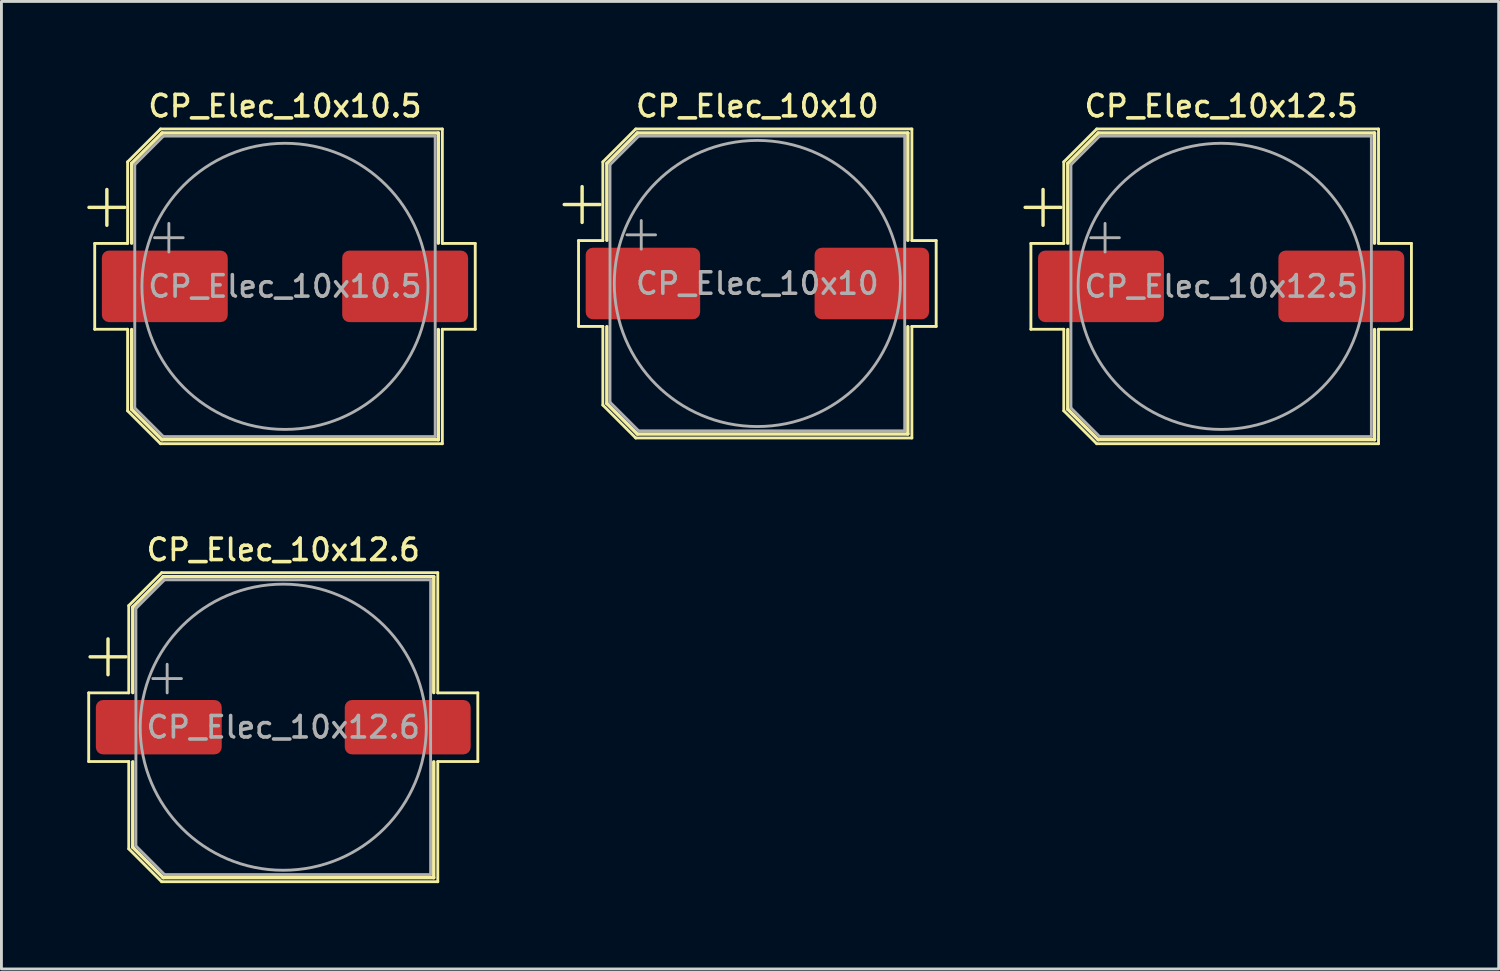
<source format=kicad_pcb>
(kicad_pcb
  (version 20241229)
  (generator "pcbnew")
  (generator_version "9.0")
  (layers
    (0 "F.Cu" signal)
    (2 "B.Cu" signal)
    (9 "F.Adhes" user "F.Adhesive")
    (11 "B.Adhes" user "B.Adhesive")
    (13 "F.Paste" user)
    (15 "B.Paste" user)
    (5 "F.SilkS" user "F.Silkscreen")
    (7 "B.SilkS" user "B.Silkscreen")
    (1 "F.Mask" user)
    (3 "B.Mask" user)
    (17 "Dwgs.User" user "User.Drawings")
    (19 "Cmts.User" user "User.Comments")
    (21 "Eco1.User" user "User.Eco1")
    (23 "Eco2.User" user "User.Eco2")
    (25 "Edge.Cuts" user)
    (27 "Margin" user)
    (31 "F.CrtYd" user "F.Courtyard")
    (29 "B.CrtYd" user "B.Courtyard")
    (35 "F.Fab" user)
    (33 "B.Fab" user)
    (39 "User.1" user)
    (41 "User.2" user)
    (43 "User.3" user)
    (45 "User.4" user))
  (footprint "CP_Elec_10x10"
    (layer "F.Cu")
    (at 23.42 6.858)
    (property "Reference" "CP_Elec_10x10" (at 0 -6.2 0) (layer "F.SilkS") (effects (font (size 0.75 0.75) (thickness 0.125))))
    (attr smd)
    (fp_line (start -6.75 -2.76) (end -5.5 -2.76) (stroke (width 0.12) (type solid)) (layer "F.SilkS"))
    (fp_line (start -6.25 -1.5) (end -6.25 1.5) (stroke (width 0.1) (type solid)) (layer "F.SilkS"))
    (fp_line (start -6.25 1.5) (end -5.4 1.5) (stroke (width 0.1) (type solid)) (layer "F.SilkS"))
    (fp_line (start -6.125 -3.385) (end -6.125 -2.135) (stroke (width 0.12) (type solid)) (layer "F.SilkS"))
    (fp_line (start -5.4 -4.25) (end -5.4 -1.5) (stroke (width 0.1) (type solid)) (layer "F.SilkS"))
    (fp_line (start -5.4 -4.25) (end -4.25 -5.4) (stroke (width 0.1) (type solid)) (layer "F.SilkS"))
    (fp_line (start -5.4 -1.5) (end -6.25 -1.5) (stroke (width 0.1) (type solid)) (layer "F.SilkS"))
    (fp_line (start -5.4 1.5) (end -5.4 4.25) (stroke (width 0.1) (type solid)) (layer "F.SilkS"))
    (fp_line (start -5.4 4.25) (end -4.25 5.4) (stroke (width 0.1) (type solid)) (layer "F.SilkS"))
    (fp_line (start -5.26 -4.196) (end -5.26 -1.51) (stroke (width 0.12) (type solid)) (layer "F.SilkS"))
    (fp_line (start -5.26 -4.196) (end -4.196 -5.26) (stroke (width 0.12) (type solid)) (layer "F.SilkS"))
    (fp_line (start -5.26 4.196) (end -5.26 1.51) (stroke (width 0.12) (type solid)) (layer "F.SilkS"))
    (fp_line (start -5.26 4.196) (end -4.196 5.26) (stroke (width 0.12) (type solid)) (layer "F.SilkS"))
    (fp_line (start -4.25 -5.4) (end 5.4 -5.4) (stroke (width 0.1) (type solid)) (layer "F.SilkS"))
    (fp_line (start -4.25 5.4) (end 5.4 5.4) (stroke (width 0.1) (type solid)) (layer "F.SilkS"))
    (fp_line (start -4.196 -5.26) (end 5.26 -5.26) (stroke (width 0.12) (type solid)) (layer "F.SilkS"))
    (fp_line (start -4.196 5.26) (end 5.26 5.26) (stroke (width 0.12) (type solid)) (layer "F.SilkS"))
    (fp_line (start 5.26 -5.26) (end 5.26 -1.51) (stroke (width 0.12) (type solid)) (layer "F.SilkS"))
    (fp_line (start 5.26 5.26) (end 5.26 1.51) (stroke (width 0.12) (type solid)) (layer "F.SilkS"))
    (fp_line (start 5.4 -5.4) (end 5.4 -1.5) (stroke (width 0.1) (type solid)) (layer "F.SilkS"))
    (fp_line (start 5.4 -1.5) (end 6.25 -1.5) (stroke (width 0.1) (type solid)) (layer "F.SilkS"))
    (fp_line (start 5.4 1.5) (end 5.4 5.4) (stroke (width 0.1) (type solid)) (layer "F.SilkS"))
    (fp_line (start 6.25 -1.5) (end 6.25 1.5) (stroke (width 0.1) (type solid)) (layer "F.SilkS"))
    (fp_line (start 6.25 1.5) (end 5.4 1.5) (stroke (width 0.1) (type solid)) (layer "F.SilkS"))
    (fp_line (start -5.15 -4.15) (end -5.15 4.15) (stroke (width 0.1) (type solid)) (layer "F.Fab"))
    (fp_line (start -5.15 -4.15) (end -4.15 -5.15) (stroke (width 0.1) (type solid)) (layer "F.Fab"))
    (fp_line (start -5.15 4.15) (end -4.15 5.15) (stroke (width 0.1) (type solid)) (layer "F.Fab"))
    (fp_line (start -4.558 -1.7) (end -3.558 -1.7) (stroke (width 0.1) (type solid)) (layer "F.Fab"))
    (fp_line (start -4.15 -5.15) (end 5.15 -5.15) (stroke (width 0.1) (type solid)) (layer "F.Fab"))
    (fp_line (start -4.15 5.15) (end 5.15 5.15) (stroke (width 0.1) (type solid)) (layer "F.Fab"))
    (fp_line (start -4.058 -2.2) (end -4.058 -1.2) (stroke (width 0.1) (type solid)) (layer "F.Fab"))
    (fp_line (start 5.15 -5.15) (end 5.15 5.15) (stroke (width 0.1) (type solid)) (layer "F.Fab"))
    (fp_circle (center 0 0) (end 5 0) (stroke (width 0.1) (type solid)) (fill no) (layer "F.Fab"))
    (fp_text user "${REFERENCE}" (at 0 0 0) (layer "F.Fab") (effects (font (size 0.75 0.75) (thickness 0.125))))
    (pad "1" smd roundrect (at -4 0) (size 4 2.5) (layers "F.Cu" "F.Mask" "F.Paste") (roundrect_rratio 0.1))
    (pad "2" smd roundrect (at 4 0) (size 4 2.5) (layers "F.Cu" "F.Mask" "F.Paste") (roundrect_rratio 0.1)))
  (footprint "CP_Elec_10x12.6"
    (layer "F.Cu")
    (at 6.85 22.366)
    (property "Reference" "CP_Elec_10x12.6" (at 0 -6.2 0) (layer "F.SilkS") (effects (font (size 0.75 0.75) (thickness 0.125))))
    (attr smd)
    (fp_line (start -6.8 -1.2) (end -6.8 1.2) (stroke (width 0.1) (type solid)) (layer "F.SilkS"))
    (fp_line (start -6.8 1.2) (end -5.4 1.2) (stroke (width 0.1) (type solid)) (layer "F.SilkS"))
    (fp_line (start -6.75 -2.46) (end -5.5 -2.46) (stroke (width 0.12) (type solid)) (layer "F.SilkS"))
    (fp_line (start -6.125 -3.085) (end -6.125 -1.835) (stroke (width 0.12) (type solid)) (layer "F.SilkS"))
    (fp_line (start -5.4 -4.25) (end -5.4 -1.2) (stroke (width 0.1) (type solid)) (layer "F.SilkS"))
    (fp_line (start -5.4 -4.25) (end -4.25 -5.4) (stroke (width 0.1) (type solid)) (layer "F.SilkS"))
    (fp_line (start -5.4 -1.2) (end -6.8 -1.2) (stroke (width 0.1) (type solid)) (layer "F.SilkS"))
    (fp_line (start -5.4 1.2) (end -5.4 4.25) (stroke (width 0.1) (type solid)) (layer "F.SilkS"))
    (fp_line (start -5.4 4.25) (end -4.25 5.4) (stroke (width 0.1) (type solid)) (layer "F.SilkS"))
    (fp_line (start -5.26 -4.196) (end -5.26 -1.21) (stroke (width 0.12) (type solid)) (layer "F.SilkS"))
    (fp_line (start -5.26 -4.196) (end -4.196 -5.26) (stroke (width 0.12) (type solid)) (layer "F.SilkS"))
    (fp_line (start -5.26 4.196) (end -5.26 1.21) (stroke (width 0.12) (type solid)) (layer "F.SilkS"))
    (fp_line (start -5.26 4.196) (end -4.196 5.26) (stroke (width 0.12) (type solid)) (layer "F.SilkS"))
    (fp_line (start -4.25 -5.4) (end 5.4 -5.4) (stroke (width 0.1) (type solid)) (layer "F.SilkS"))
    (fp_line (start -4.25 5.4) (end 5.4 5.4) (stroke (width 0.1) (type solid)) (layer "F.SilkS"))
    (fp_line (start -4.196 -5.26) (end 5.26 -5.26) (stroke (width 0.12) (type solid)) (layer "F.SilkS"))
    (fp_line (start -4.196 5.26) (end 5.26 5.26) (stroke (width 0.12) (type solid)) (layer "F.SilkS"))
    (fp_line (start 5.26 -5.26) (end 5.26 -1.21) (stroke (width 0.12) (type solid)) (layer "F.SilkS"))
    (fp_line (start 5.26 5.26) (end 5.26 1.21) (stroke (width 0.12) (type solid)) (layer "F.SilkS"))
    (fp_line (start 5.4 -5.4) (end 5.4 -1.2) (stroke (width 0.1) (type solid)) (layer "F.SilkS"))
    (fp_line (start 5.4 -1.2) (end 6.8 -1.2) (stroke (width 0.1) (type solid)) (layer "F.SilkS"))
    (fp_line (start 5.4 1.2) (end 5.4 5.4) (stroke (width 0.1) (type solid)) (layer "F.SilkS"))
    (fp_line (start 6.8 -1.2) (end 6.8 1.2) (stroke (width 0.1) (type solid)) (layer "F.SilkS"))
    (fp_line (start 6.8 1.2) (end 5.4 1.2) (stroke (width 0.1) (type solid)) (layer "F.SilkS"))
    (fp_line (start -5.15 -4.15) (end -5.15 4.15) (stroke (width 0.1) (type solid)) (layer "F.Fab"))
    (fp_line (start -5.15 -4.15) (end -4.15 -5.15) (stroke (width 0.1) (type solid)) (layer "F.Fab"))
    (fp_line (start -5.15 4.15) (end -4.15 5.15) (stroke (width 0.1) (type solid)) (layer "F.Fab"))
    (fp_line (start -4.558 -1.7) (end -3.558 -1.7) (stroke (width 0.1) (type solid)) (layer "F.Fab"))
    (fp_line (start -4.15 -5.15) (end 5.15 -5.15) (stroke (width 0.1) (type solid)) (layer "F.Fab"))
    (fp_line (start -4.15 5.15) (end 5.15 5.15) (stroke (width 0.1) (type solid)) (layer "F.Fab"))
    (fp_line (start -4.058 -2.2) (end -4.058 -1.2) (stroke (width 0.1) (type solid)) (layer "F.Fab"))
    (fp_line (start 5.15 -5.15) (end 5.15 5.15) (stroke (width 0.1) (type solid)) (layer "F.Fab"))
    (fp_circle (center 0 0) (end 5 0) (stroke (width 0.1) (type solid)) (fill no) (layer "F.Fab"))
    (fp_text user "${REFERENCE}" (at 0 0 0) (layer "F.Fab") (effects (font (size 0.75 0.75) (thickness 0.125))))
    (pad "1" smd roundrect (at -4.35 0) (size 4.4 1.9) (layers "F.Cu" "F.Mask" "F.Paste") (roundrect_rratio 0.132))
    (pad "2" smd roundrect (at 4.35 0) (size 4.4 1.9) (layers "F.Cu" "F.Mask" "F.Paste") (roundrect_rratio 0.132)))
  (footprint "CP_Elec_10x12.5"
    (layer "F.Cu")
    (at 39.63 6.958)
    (property "Reference" "CP_Elec_10x12.5" (at 0 -6.3 0) (layer "F.SilkS") (effects (font (size 0.75 0.75) (thickness 0.125))))
    (attr smd)
    (fp_line (start -6.85 -2.76) (end -5.6 -2.76) (stroke (width 0.12) (type solid)) (layer "F.SilkS"))
    (fp_line (start -6.65 -1.5) (end -6.65 1.5) (stroke (width 0.1) (type solid)) (layer "F.SilkS"))
    (fp_line (start -6.65 1.5) (end -5.5 1.5) (stroke (width 0.1) (type solid)) (layer "F.SilkS"))
    (fp_line (start -6.225 -3.385) (end -6.225 -2.135) (stroke (width 0.12) (type solid)) (layer "F.SilkS"))
    (fp_line (start -5.5 -4.35) (end -5.5 -1.5) (stroke (width 0.1) (type solid)) (layer "F.SilkS"))
    (fp_line (start -5.5 -4.35) (end -4.35 -5.5) (stroke (width 0.1) (type solid)) (layer "F.SilkS"))
    (fp_line (start -5.5 -1.5) (end -6.65 -1.5) (stroke (width 0.1) (type solid)) (layer "F.SilkS"))
    (fp_line (start -5.5 1.5) (end -5.5 4.35) (stroke (width 0.1) (type solid)) (layer "F.SilkS"))
    (fp_line (start -5.5 4.35) (end -4.35 5.5) (stroke (width 0.1) (type solid)) (layer "F.SilkS"))
    (fp_line (start -5.36 -4.296) (end -5.36 -1.51) (stroke (width 0.12) (type solid)) (layer "F.SilkS"))
    (fp_line (start -5.36 -4.296) (end -4.296 -5.36) (stroke (width 0.12) (type solid)) (layer "F.SilkS"))
    (fp_line (start -5.36 4.296) (end -5.36 1.51) (stroke (width 0.12) (type solid)) (layer "F.SilkS"))
    (fp_line (start -5.36 4.296) (end -4.296 5.36) (stroke (width 0.12) (type solid)) (layer "F.SilkS"))
    (fp_line (start -4.35 -5.5) (end 5.5 -5.5) (stroke (width 0.1) (type solid)) (layer "F.SilkS"))
    (fp_line (start -4.35 5.5) (end 5.5 5.5) (stroke (width 0.1) (type solid)) (layer "F.SilkS"))
    (fp_line (start -4.296 -5.36) (end 5.36 -5.36) (stroke (width 0.12) (type solid)) (layer "F.SilkS"))
    (fp_line (start -4.296 5.36) (end 5.36 5.36) (stroke (width 0.12) (type solid)) (layer "F.SilkS"))
    (fp_line (start 5.36 -5.36) (end 5.36 -1.51) (stroke (width 0.12) (type solid)) (layer "F.SilkS"))
    (fp_line (start 5.36 5.36) (end 5.36 1.51) (stroke (width 0.12) (type solid)) (layer "F.SilkS"))
    (fp_line (start 5.5 -5.5) (end 5.5 -1.5) (stroke (width 0.1) (type solid)) (layer "F.SilkS"))
    (fp_line (start 5.5 -1.5) (end 6.65 -1.5) (stroke (width 0.1) (type solid)) (layer "F.SilkS"))
    (fp_line (start 5.5 1.5) (end 5.5 5.5) (stroke (width 0.1) (type solid)) (layer "F.SilkS"))
    (fp_line (start 6.65 -1.5) (end 6.65 1.5) (stroke (width 0.1) (type solid)) (layer "F.SilkS"))
    (fp_line (start 6.65 1.5) (end 5.5 1.5) (stroke (width 0.1) (type solid)) (layer "F.SilkS"))
    (fp_line (start -5.25 -4.25) (end -5.25 4.25) (stroke (width 0.1) (type solid)) (layer "F.Fab"))
    (fp_line (start -5.25 -4.25) (end -4.25 -5.25) (stroke (width 0.1) (type solid)) (layer "F.Fab"))
    (fp_line (start -5.25 4.25) (end -4.25 5.25) (stroke (width 0.1) (type solid)) (layer "F.Fab"))
    (fp_line (start -4.558 -1.7) (end -3.558 -1.7) (stroke (width 0.1) (type solid)) (layer "F.Fab"))
    (fp_line (start -4.25 -5.25) (end 5.25 -5.25) (stroke (width 0.1) (type solid)) (layer "F.Fab"))
    (fp_line (start -4.25 5.25) (end 5.25 5.25) (stroke (width 0.1) (type solid)) (layer "F.Fab"))
    (fp_line (start -4.058 -2.2) (end -4.058 -1.2) (stroke (width 0.1) (type solid)) (layer "F.Fab"))
    (fp_line (start 5.25 -5.25) (end 5.25 5.25) (stroke (width 0.1) (type solid)) (layer "F.Fab"))
    (fp_circle (center 0 0) (end 5 0) (stroke (width 0.1) (type solid)) (fill no) (layer "F.Fab"))
    (fp_text user "${REFERENCE}" (at 0 0 0) (layer "F.Fab") (effects (font (size 0.75 0.75) (thickness 0.125))))
    (pad "1" smd roundrect (at -4.2 0) (size 4.4 2.5) (layers "F.Cu" "F.Mask" "F.Paste") (roundrect_rratio 0.1))
    (pad "2" smd roundrect (at 4.2 0) (size 4.4 2.5) (layers "F.Cu" "F.Mask" "F.Paste") (roundrect_rratio 0.1)))
  (footprint "CP_Elec_10x10.5"
    (layer "F.Cu")
    (at 6.91 6.958)
    (property "Reference" "CP_Elec_10x10.5" (at 0 -6.3 0) (layer "F.SilkS") (effects (font (size 0.75 0.75) (thickness 0.125))))
    (attr smd)
    (fp_line (start -6.85 -2.76) (end -5.6 -2.76) (stroke (width 0.12) (type solid)) (layer "F.SilkS"))
    (fp_line (start -6.65 -1.5) (end -6.65 1.5) (stroke (width 0.1) (type solid)) (layer "F.SilkS"))
    (fp_line (start -6.65 1.5) (end -5.5 1.5) (stroke (width 0.1) (type solid)) (layer "F.SilkS"))
    (fp_line (start -6.225 -3.385) (end -6.225 -2.135) (stroke (width 0.12) (type solid)) (layer "F.SilkS"))
    (fp_line (start -5.5 -4.35) (end -5.5 -1.5) (stroke (width 0.1) (type solid)) (layer "F.SilkS"))
    (fp_line (start -5.5 -4.35) (end -4.35 -5.5) (stroke (width 0.1) (type solid)) (layer "F.SilkS"))
    (fp_line (start -5.5 -1.5) (end -6.65 -1.5) (stroke (width 0.1) (type solid)) (layer "F.SilkS"))
    (fp_line (start -5.5 1.5) (end -5.5 4.35) (stroke (width 0.1) (type solid)) (layer "F.SilkS"))
    (fp_line (start -5.5 4.35) (end -4.35 5.5) (stroke (width 0.1) (type solid)) (layer "F.SilkS"))
    (fp_line (start -5.36 -4.296) (end -5.36 -1.51) (stroke (width 0.12) (type solid)) (layer "F.SilkS"))
    (fp_line (start -5.36 -4.296) (end -4.296 -5.36) (stroke (width 0.12) (type solid)) (layer "F.SilkS"))
    (fp_line (start -5.36 4.296) (end -5.36 1.51) (stroke (width 0.12) (type solid)) (layer "F.SilkS"))
    (fp_line (start -5.36 4.296) (end -4.296 5.36) (stroke (width 0.12) (type solid)) (layer "F.SilkS"))
    (fp_line (start -4.35 -5.5) (end 5.5 -5.5) (stroke (width 0.1) (type solid)) (layer "F.SilkS"))
    (fp_line (start -4.35 5.5) (end 5.5 5.5) (stroke (width 0.1) (type solid)) (layer "F.SilkS"))
    (fp_line (start -4.296 -5.36) (end 5.36 -5.36) (stroke (width 0.12) (type solid)) (layer "F.SilkS"))
    (fp_line (start -4.296 5.36) (end 5.36 5.36) (stroke (width 0.12) (type solid)) (layer "F.SilkS"))
    (fp_line (start 5.36 -5.36) (end 5.36 -1.51) (stroke (width 0.12) (type solid)) (layer "F.SilkS"))
    (fp_line (start 5.36 5.36) (end 5.36 1.51) (stroke (width 0.12) (type solid)) (layer "F.SilkS"))
    (fp_line (start 5.5 -5.5) (end 5.5 -1.5) (stroke (width 0.1) (type solid)) (layer "F.SilkS"))
    (fp_line (start 5.5 -1.5) (end 6.65 -1.5) (stroke (width 0.1) (type solid)) (layer "F.SilkS"))
    (fp_line (start 5.5 1.5) (end 5.5 5.5) (stroke (width 0.1) (type solid)) (layer "F.SilkS"))
    (fp_line (start 6.65 -1.5) (end 6.65 1.5) (stroke (width 0.1) (type solid)) (layer "F.SilkS"))
    (fp_line (start 6.65 1.5) (end 5.5 1.5) (stroke (width 0.1) (type solid)) (layer "F.SilkS"))
    (fp_line (start -5.25 -4.25) (end -5.25 4.25) (stroke (width 0.1) (type solid)) (layer "F.Fab"))
    (fp_line (start -5.25 -4.25) (end -4.25 -5.25) (stroke (width 0.1) (type solid)) (layer "F.Fab"))
    (fp_line (start -5.25 4.25) (end -4.25 5.25) (stroke (width 0.1) (type solid)) (layer "F.Fab"))
    (fp_line (start -4.558 -1.7) (end -3.558 -1.7) (stroke (width 0.1) (type solid)) (layer "F.Fab"))
    (fp_line (start -4.25 -5.25) (end 5.25 -5.25) (stroke (width 0.1) (type solid)) (layer "F.Fab"))
    (fp_line (start -4.25 5.25) (end 5.25 5.25) (stroke (width 0.1) (type solid)) (layer "F.Fab"))
    (fp_line (start -4.058 -2.2) (end -4.058 -1.2) (stroke (width 0.1) (type solid)) (layer "F.Fab"))
    (fp_line (start 5.25 -5.25) (end 5.25 5.25) (stroke (width 0.1) (type solid)) (layer "F.Fab"))
    (fp_circle (center 0 0) (end 5 0) (stroke (width 0.1) (type solid)) (fill no) (layer "F.Fab"))
    (fp_text user "${REFERENCE}" (at 0 0 0) (layer "F.Fab") (effects (font (size 0.75 0.75) (thickness 0.125))))
    (pad "1" smd roundrect (at -4.2 0) (size 4.4 2.5) (layers "F.Cu" "F.Mask" "F.Paste") (roundrect_rratio 0.1))
    (pad "2" smd roundrect (at 4.2 0) (size 4.4 2.5) (layers "F.Cu" "F.Mask" "F.Paste") (roundrect_rratio 0.1)))
  (gr_rect
    (start -3 -3)
    (end 49.33 30.816)
    (stroke (width 0.1) (type default))
    (fill no)
    (layer "Edge.Cuts")))
</source>
